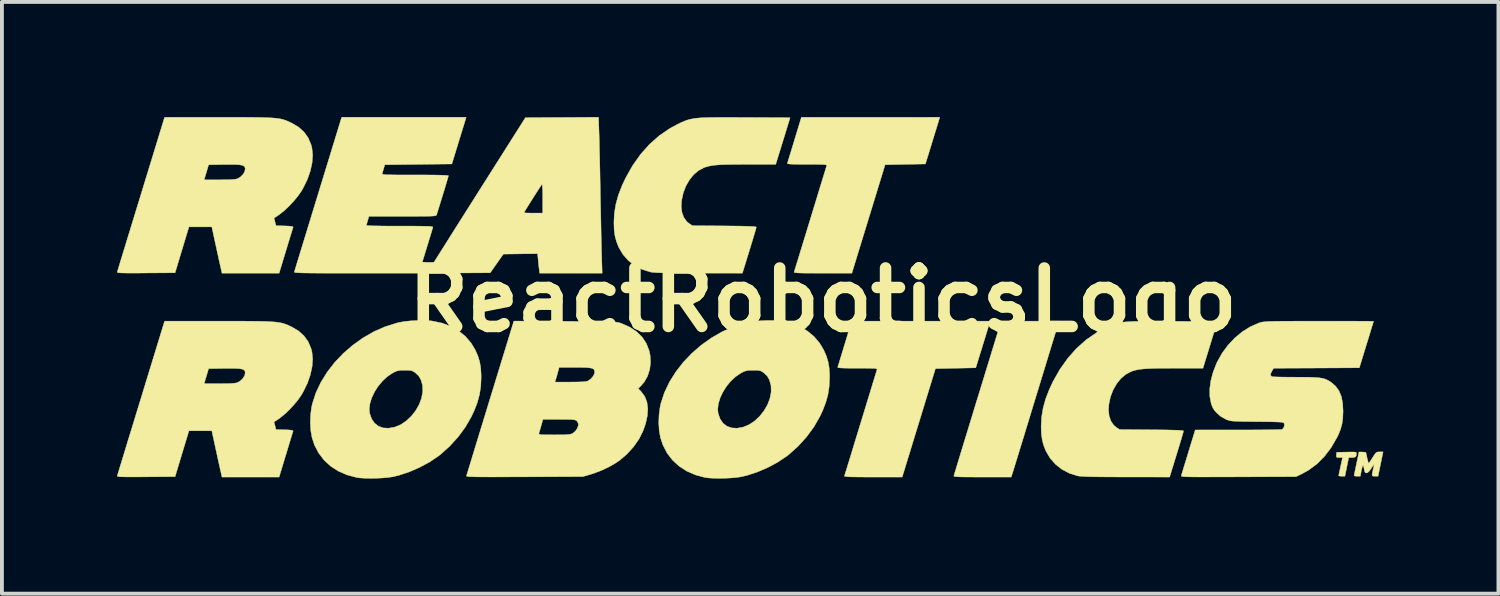
<source format=kicad_pcb>
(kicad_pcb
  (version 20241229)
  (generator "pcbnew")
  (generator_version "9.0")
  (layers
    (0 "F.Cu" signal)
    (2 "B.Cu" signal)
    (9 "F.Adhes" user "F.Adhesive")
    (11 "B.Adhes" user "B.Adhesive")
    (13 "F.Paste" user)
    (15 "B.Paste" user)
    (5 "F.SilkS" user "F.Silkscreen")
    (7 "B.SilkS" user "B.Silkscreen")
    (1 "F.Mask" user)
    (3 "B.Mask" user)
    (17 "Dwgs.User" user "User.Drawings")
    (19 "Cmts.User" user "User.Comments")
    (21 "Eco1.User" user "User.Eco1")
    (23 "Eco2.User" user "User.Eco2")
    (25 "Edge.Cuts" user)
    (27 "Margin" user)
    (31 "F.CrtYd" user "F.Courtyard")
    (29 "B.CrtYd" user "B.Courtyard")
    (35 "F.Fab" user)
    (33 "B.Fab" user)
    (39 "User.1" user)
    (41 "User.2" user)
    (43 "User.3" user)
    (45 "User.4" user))
  (footprint "ReactRoboticsLogo"
    (layer "F.Cu")
    (at 18.395 4.768)
    (property "Reference" "ReactRoboticsLogo" (at 0 0 0) (layer "F.SilkS") (effects (font (size 1.524 1.524) (thickness 0.3))))
    (attr through_hole)
    (fp_poly (pts (xy 13.829 3.961) (xy 13.874 3.964) (xy 13.897 3.972) (xy 13.905 3.985) (xy 13.906 3.998) (xy 13.898 4.062) (xy 13.868 4.095) (xy 13.807 4.106) (xy 13.793 4.106) (xy 13.704 4.106) (xy 13.654 4.35) (xy 13.604 4.593) (xy 13.523 4.593) (xy 13.471 4.59) (xy 13.443 4.58) (xy 13.442 4.577) (xy 13.446 4.551) (xy 13.458 4.493) (xy 13.475 4.412) (xy 13.492 4.334) (xy 13.542 4.106) (xy 13.458 4.106) (xy 13.405 4.104) (xy 13.382 4.091) (xy 13.38 4.057) (xy 13.381 4.038) (xy 13.388 3.969) (xy 13.647 3.963) (xy 13.756 3.961) (xy 13.829 3.961)) (stroke (width 0.01) (type solid)) (fill yes) (layer "F.SilkS"))
    (fp_poly (pts (xy 6.127 0.64) (xy 6.117 0.674) (xy 6.095 0.744) (xy 6.063 0.849) (xy 6.021 0.986) (xy 5.97 1.151) (xy 5.912 1.341) (xy 5.847 1.553) (xy 5.777 1.784) (xy 5.701 2.031) (xy 5.622 2.291) (xy 5.545 2.54) (xy 5.463 2.81) (xy 5.383 3.072) (xy 5.307 3.32) (xy 5.236 3.554) (xy 5.17 3.768) (xy 5.111 3.96) (xy 5.06 4.128) (xy 5.017 4.267) (xy 4.984 4.375) (xy 4.961 4.448) (xy 4.95 4.482) (xy 4.907 4.614) (xy 4.156 4.614) (xy 3.955 4.614) (xy 3.792 4.613) (xy 3.664 4.612) (xy 3.566 4.61) (xy 3.496 4.606) (xy 3.45 4.602) (xy 3.423 4.596) (xy 3.412 4.589) (xy 3.412 4.585) (xy 3.419 4.561) (xy 3.437 4.499) (xy 3.467 4.402) (xy 3.506 4.273) (xy 3.554 4.115) (xy 3.61 3.931) (xy 3.674 3.722) (xy 3.744 3.493) (xy 3.82 3.245) (xy 3.901 2.981) (xy 3.985 2.705) (xy 4.032 2.553) (xy 4.646 0.55) (xy 6.157 0.55) (xy 6.127 0.64)) (stroke (width 0.01) (type solid)) (fill yes) (layer "F.SilkS"))
    (fp_poly (pts (xy 14.468 4.593) (xy 14.388 4.593) (xy 14.345 4.592) (xy 14.32 4.582) (xy 14.312 4.556) (xy 14.319 4.505) (xy 14.337 4.422) (xy 14.339 4.413) (xy 14.354 4.346) (xy 14.363 4.299) (xy 14.365 4.282) (xy 14.352 4.296) (xy 14.324 4.337) (xy 14.287 4.393) (xy 14.235 4.465) (xy 14.193 4.501) (xy 14.167 4.508) (xy 14.137 4.502) (xy 14.119 4.474) (xy 14.107 4.414) (xy 14.106 4.413) (xy 14.095 4.354) (xy 14.082 4.315) (xy 14.077 4.308) (xy 14.066 4.322) (xy 14.051 4.368) (xy 14.035 4.437) (xy 14.033 4.446) (xy 14.006 4.593) (xy 13.924 4.593) (xy 13.873 4.589) (xy 13.845 4.58) (xy 13.843 4.577) (xy 13.847 4.552) (xy 13.859 4.493) (xy 13.876 4.408) (xy 13.898 4.306) (xy 13.906 4.265) (xy 13.929 4.159) (xy 13.948 4.069) (xy 13.962 4.002) (xy 13.969 3.966) (xy 13.97 3.963) (xy 13.989 3.96) (xy 14.036 3.961) (xy 14.06 3.962) (xy 14.15 3.969) (xy 14.181 4.112) (xy 14.198 4.183) (xy 14.213 4.234) (xy 14.223 4.254) (xy 14.223 4.254) (xy 14.239 4.238) (xy 14.27 4.193) (xy 14.312 4.129) (xy 14.326 4.106) (xy 14.372 4.033) (xy 14.404 3.99) (xy 14.433 3.967) (xy 14.467 3.959) (xy 14.508 3.958) (xy 14.599 3.958) (xy 14.468 4.593)) (stroke (width 0.01) (type solid)) (fill yes) (layer "F.SilkS"))
    (fp_poly (pts (xy 4.328 0.651) (xy 4.313 0.699) (xy 4.288 0.781) (xy 4.255 0.889) (xy 4.216 1.017) (xy 4.172 1.158) (xy 4.141 1.259) (xy 3.984 1.767) (xy 3.459 1.778) (xy 2.933 1.789) (xy 2.067 4.614) (xy 1.309 4.614) (xy 1.103 4.614) (xy 0.935 4.613) (xy 0.803 4.611) (xy 0.703 4.609) (xy 0.633 4.605) (xy 0.588 4.6) (xy 0.565 4.594) (xy 0.561 4.588) (xy 0.568 4.564) (xy 0.587 4.502) (xy 0.617 4.407) (xy 0.655 4.282) (xy 0.702 4.13) (xy 0.756 3.954) (xy 0.815 3.758) (xy 0.88 3.546) (xy 0.949 3.32) (xy 0.984 3.207) (xy 1.055 2.975) (xy 1.122 2.755) (xy 1.185 2.55) (xy 1.242 2.363) (xy 1.292 2.198) (xy 1.335 2.058) (xy 1.369 1.946) (xy 1.394 1.867) (xy 1.407 1.823) (xy 1.41 1.815) (xy 1.411 1.804) (xy 1.403 1.795) (xy 1.381 1.788) (xy 1.342 1.784) (xy 1.278 1.781) (xy 1.187 1.779) (xy 1.064 1.778) (xy 0.902 1.778) (xy 0.899 1.778) (xy 0.73 1.778) (xy 0.6 1.776) (xy 0.505 1.773) (xy 0.44 1.769) (xy 0.402 1.764) (xy 0.386 1.756) (xy 0.386 1.752) (xy 0.394 1.725) (xy 0.413 1.664) (xy 0.441 1.572) (xy 0.476 1.456) (xy 0.517 1.321) (xy 0.562 1.173) (xy 0.573 1.138) (xy 0.751 0.551) (xy 2.555 0.551) (xy 4.358 0.55) (xy 4.328 0.651)) (stroke (width 0.01) (type solid)) (fill yes) (layer "F.SilkS"))
    (fp_poly (pts (xy 3.015 -4.662) (xy 3.001 -4.614) (xy 2.976 -4.532) (xy 2.943 -4.424) (xy 2.903 -4.296) (xy 2.86 -4.155) (xy 2.829 -4.053) (xy 2.672 -3.545) (xy 2.146 -3.535) (xy 1.621 -3.524) (xy 1.188 -2.111) (xy 0.755 -0.699) (xy -0.003 -0.699) (xy -0.21 -0.699) (xy -0.377 -0.7) (xy -0.509 -0.701) (xy -0.609 -0.704) (xy -0.68 -0.708) (xy -0.725 -0.713) (xy -0.747 -0.719) (xy -0.751 -0.725) (xy -0.744 -0.749) (xy -0.725 -0.811) (xy -0.696 -0.906) (xy -0.657 -1.031) (xy -0.611 -1.183) (xy -0.557 -1.359) (xy -0.497 -1.555) (xy -0.432 -1.767) (xy -0.363 -1.993) (xy -0.328 -2.106) (xy -0.258 -2.337) (xy -0.19 -2.557) (xy -0.128 -2.763) (xy -0.071 -2.949) (xy -0.02 -3.115) (xy 0.023 -3.255) (xy 0.057 -3.366) (xy 0.081 -3.446) (xy 0.095 -3.49) (xy 0.097 -3.498) (xy 0.098 -3.509) (xy 0.091 -3.518) (xy 0.069 -3.525) (xy 0.029 -3.529) (xy -0.034 -3.532) (xy -0.125 -3.534) (xy -0.249 -3.535) (xy -0.41 -3.535) (xy -0.414 -3.535) (xy -0.582 -3.535) (xy -0.712 -3.537) (xy -0.808 -3.539) (xy -0.873 -3.544) (xy -0.911 -3.549) (xy -0.926 -3.557) (xy -0.927 -3.561) (xy -0.919 -3.588) (xy -0.9 -3.649) (xy -0.872 -3.741) (xy -0.836 -3.856) (xy -0.795 -3.991) (xy -0.75 -4.14) (xy -0.739 -4.175) (xy -0.561 -4.762) (xy 1.242 -4.762) (xy 3.046 -4.763) (xy 3.015 -4.662)) (stroke (width 0.01) (type solid)) (fill yes) (layer "F.SilkS"))
    (fp_poly (pts (xy -5.834 -4.376) (xy -5.831 -4.28) (xy -5.827 -4.147) (xy -5.824 -3.983) (xy -5.819 -3.793) (xy -5.815 -3.584) (xy -5.81 -3.36) (xy -5.806 -3.128) (xy -5.801 -2.892) (xy -5.8 -2.805) (xy -5.796 -2.566) (xy -5.791 -2.327) (xy -5.786 -2.091) (xy -5.782 -1.866) (xy -5.778 -1.657) (xy -5.773 -1.471) (xy -5.77 -1.313) (xy -5.767 -1.189) (xy -5.766 -1.159) (xy -5.752 -0.699) (xy -7.382 -0.699) (xy -7.394 -0.799) (xy -7.403 -0.874) (xy -7.413 -0.969) (xy -7.421 -1.053) (xy -7.435 -1.207) (xy -7.881 -1.202) (xy -8.327 -1.196) (xy -8.498 -0.953) (xy -8.67 -0.709) (xy -9.49 -0.704) (xy -10.31 -0.698) (xy -10.278 -0.756) (xy -10.263 -0.782) (xy -10.226 -0.841) (xy -10.17 -0.93) (xy -10.095 -1.049) (xy -10.004 -1.194) (xy -9.898 -1.362) (xy -9.778 -1.552) (xy -9.646 -1.762) (xy -9.503 -1.988) (xy -9.351 -2.228) (xy -9.32 -2.277) (xy -7.789 -2.277) (xy -7.77 -2.272) (xy -7.716 -2.268) (xy -7.636 -2.266) (xy -7.546 -2.265) (xy -7.303 -2.265) (xy -7.303 -2.65) (xy -7.303 -2.776) (xy -7.306 -2.881) (xy -7.31 -2.96) (xy -7.316 -3.006) (xy -7.321 -3.015) (xy -7.339 -2.99) (xy -7.374 -2.937) (xy -7.423 -2.863) (xy -7.48 -2.774) (xy -7.543 -2.676) (xy -7.606 -2.576) (xy -7.666 -2.481) (xy -7.718 -2.397) (xy -7.759 -2.33) (xy -7.784 -2.288) (xy -7.789 -2.277) (xy -9.32 -2.277) (xy -9.191 -2.481) (xy -9.025 -2.743) (xy -9 -2.783) (xy -7.753 -4.752) (xy -5.847 -4.763) (xy -5.834 -4.376)) (stroke (width 0.01) (type solid)) (fill yes) (layer "F.SilkS"))
    (fp_poly (pts (xy -2.271 -4.758) (xy -2.039 -4.757) (xy -0.855 -4.752) (xy -0.968 -4.381) (xy -1.011 -4.241) (xy -1.057 -4.094) (xy -1.1 -3.953) (xy -1.138 -3.831) (xy -1.156 -3.773) (xy -1.229 -3.535) (xy -1.975 -3.535) (xy -2.202 -3.534) (xy -2.393 -3.532) (xy -2.551 -3.529) (xy -2.681 -3.524) (xy -2.788 -3.516) (xy -2.877 -3.506) (xy -2.953 -3.492) (xy -3.02 -3.475) (xy -3.084 -3.455) (xy -3.102 -3.448) (xy -3.242 -3.374) (xy -3.369 -3.265) (xy -3.48 -3.127) (xy -3.572 -2.966) (xy -3.639 -2.789) (xy -3.68 -2.601) (xy -3.691 -2.441) (xy -3.674 -2.289) (xy -3.627 -2.157) (xy -3.553 -2.05) (xy -3.487 -1.994) (xy -3.4 -1.937) (xy -2.568 -1.931) (xy -2.334 -1.928) (xy -2.141 -1.926) (xy -1.987 -1.922) (xy -1.871 -1.918) (xy -1.791 -1.913) (xy -1.747 -1.907) (xy -1.736 -1.901) (xy -1.741 -1.876) (xy -1.757 -1.816) (xy -1.785 -1.721) (xy -1.824 -1.59) (xy -1.875 -1.422) (xy -1.938 -1.216) (xy -2.014 -0.971) (xy -2.024 -0.937) (xy -2.098 -0.699) (xy -3.234 -0.7) (xy -3.505 -0.701) (xy -3.736 -0.702) (xy -3.931 -0.704) (xy -4.093 -0.706) (xy -4.224 -0.709) (xy -4.327 -0.713) (xy -4.406 -0.718) (xy -4.463 -0.724) (xy -4.498 -0.73) (xy -4.71 -0.797) (xy -4.902 -0.898) (xy -5.071 -1.029) (xy -5.211 -1.188) (xy -5.319 -1.371) (xy -5.322 -1.377) (xy -5.38 -1.524) (xy -5.419 -1.67) (xy -5.44 -1.829) (xy -5.446 -2.014) (xy -5.446 -2.021) (xy -5.434 -2.263) (xy -5.395 -2.499) (xy -5.329 -2.737) (xy -5.232 -2.986) (xy -5.138 -3.186) (xy -4.957 -3.507) (xy -4.751 -3.797) (xy -4.521 -4.055) (xy -4.27 -4.278) (xy -3.998 -4.466) (xy -3.799 -4.574) (xy -3.721 -4.612) (xy -3.65 -4.644) (xy -3.583 -4.672) (xy -3.516 -4.695) (xy -3.445 -4.713) (xy -3.366 -4.728) (xy -3.276 -4.74) (xy -3.171 -4.748) (xy -3.045 -4.754) (xy -2.897 -4.757) (xy -2.721 -4.759) (xy -2.514 -4.759) (xy -2.271 -4.758)) (stroke (width 0.01) (type solid)) (fill yes) (layer "F.SilkS"))
    (fp_poly (pts (xy 8.862 0.554) (xy 9.095 0.555) (xy 10.279 0.561) (xy 10.165 0.931) (xy 10.122 1.072) (xy 10.077 1.219) (xy 10.034 1.36) (xy 9.996 1.482) (xy 9.978 1.54) (xy 9.905 1.778) (xy 9.159 1.778) (xy 8.931 1.779) (xy 8.741 1.78) (xy 8.583 1.784) (xy 8.453 1.789) (xy 8.346 1.797) (xy 8.257 1.807) (xy 8.181 1.821) (xy 8.114 1.837) (xy 8.05 1.858) (xy 8.031 1.865) (xy 7.891 1.939) (xy 7.764 2.048) (xy 7.653 2.186) (xy 7.562 2.347) (xy 7.494 2.524) (xy 7.454 2.712) (xy 7.443 2.871) (xy 7.46 3.023) (xy 7.506 3.156) (xy 7.58 3.263) (xy 7.647 3.319) (xy 7.733 3.376) (xy 8.566 3.382) (xy 8.8 3.384) (xy 8.993 3.387) (xy 9.147 3.391) (xy 9.263 3.395) (xy 9.342 3.4) (xy 9.387 3.406) (xy 9.398 3.411) (xy 9.393 3.437) (xy 9.376 3.497) (xy 9.349 3.591) (xy 9.31 3.722) (xy 9.259 3.89) (xy 9.195 4.097) (xy 9.12 4.342) (xy 9.109 4.376) (xy 9.036 4.614) (xy 7.899 4.613) (xy 7.629 4.612) (xy 7.397 4.611) (xy 7.202 4.609) (xy 7.041 4.607) (xy 6.91 4.603) (xy 6.807 4.599) (xy 6.728 4.595) (xy 6.67 4.589) (xy 6.636 4.583) (xy 6.424 4.516) (xy 6.231 4.415) (xy 6.063 4.283) (xy 5.922 4.125) (xy 5.815 3.942) (xy 5.812 3.936) (xy 5.753 3.789) (xy 5.715 3.643) (xy 5.694 3.484) (xy 5.687 3.298) (xy 5.687 3.291) (xy 5.7 3.05) (xy 5.739 2.814) (xy 5.805 2.576) (xy 5.902 2.327) (xy 5.995 2.127) (xy 6.177 1.806) (xy 6.383 1.516) (xy 6.613 1.258) (xy 6.864 1.035) (xy 7.136 0.847) (xy 7.334 0.739) (xy 7.413 0.701) (xy 7.484 0.669) (xy 7.551 0.641) (xy 7.618 0.618) (xy 7.689 0.599) (xy 7.767 0.585) (xy 7.857 0.573) (xy 7.963 0.565) (xy 8.088 0.559) (xy 8.237 0.556) (xy 8.413 0.554) (xy 8.62 0.554) (xy 8.862 0.554)) (stroke (width 0.01) (type solid)) (fill yes) (layer "F.SilkS"))
    (fp_poly (pts (xy -10.228 0.542) (xy -10.184 0.547) (xy -9.93 0.6) (xy -9.699 0.685) (xy -9.493 0.802) (xy -9.315 0.949) (xy -9.166 1.124) (xy -9.06 1.3) (xy -8.992 1.455) (xy -8.946 1.605) (xy -8.918 1.762) (xy -8.907 1.942) (xy -8.906 2.021) (xy -8.916 2.25) (xy -8.949 2.464) (xy -9.006 2.674) (xy -9.091 2.892) (xy -9.159 3.037) (xy -9.314 3.307) (xy -9.505 3.567) (xy -9.724 3.808) (xy -9.964 4.024) (xy -10.031 4.075) (xy -10.258 4.227) (xy -10.511 4.363) (xy -10.777 4.478) (xy -11.043 4.567) (xy -11.205 4.606) (xy -11.322 4.624) (xy -11.465 4.637) (xy -11.623 4.645) (xy -11.784 4.648) (xy -11.936 4.645) (xy -12.068 4.637) (xy -12.153 4.625) (xy -12.403 4.558) (xy -12.63 4.459) (xy -12.83 4.33) (xy -13.001 4.172) (xy -13.142 3.987) (xy -13.251 3.778) (xy -13.314 3.585) (xy -13.346 3.405) (xy -13.358 3.203) (xy -13.351 2.992) (xy -13.332 2.852) (xy -11.822 2.852) (xy -11.811 2.953) (xy -11.761 3.097) (xy -11.684 3.209) (xy -11.583 3.288) (xy -11.46 3.333) (xy -11.317 3.341) (xy -11.158 3.312) (xy -11.153 3.311) (xy -10.998 3.246) (xy -10.854 3.148) (xy -10.723 3.024) (xy -10.611 2.881) (xy -10.522 2.724) (xy -10.46 2.559) (xy -10.429 2.395) (xy -10.433 2.236) (xy -10.436 2.216) (xy -10.474 2.082) (xy -10.534 1.979) (xy -10.619 1.898) (xy -10.624 1.894) (xy -10.672 1.863) (xy -10.715 1.844) (xy -10.766 1.835) (xy -10.838 1.831) (xy -10.897 1.831) (xy -10.991 1.832) (xy -11.058 1.839) (xy -11.115 1.855) (xy -11.177 1.883) (xy -11.214 1.903) (xy -11.353 1.996) (xy -11.48 2.114) (xy -11.593 2.251) (xy -11.688 2.4) (xy -11.76 2.554) (xy -11.806 2.707) (xy -11.822 2.852) (xy -13.332 2.852) (xy -13.324 2.788) (xy -13.303 2.696) (xy -13.211 2.414) (xy -13.08 2.139) (xy -12.915 1.874) (xy -12.719 1.622) (xy -12.496 1.388) (xy -12.249 1.175) (xy -11.983 0.986) (xy -11.701 0.824) (xy -11.408 0.695) (xy -11.106 0.6) (xy -11.024 0.581) (xy -10.887 0.558) (xy -10.722 0.542) (xy -10.548 0.534) (xy -10.377 0.534) (xy -10.228 0.542)) (stroke (width 0.01) (type solid)) (fill yes) (layer "F.SilkS"))
    (fp_poly (pts (xy -1.147 0.542) (xy -1.103 0.547) (xy -0.849 0.6) (xy -0.619 0.685) (xy -0.413 0.802) (xy -0.234 0.949) (xy -0.085 1.124) (xy 0.02 1.3) (xy 0.088 1.455) (xy 0.135 1.605) (xy 0.162 1.762) (xy 0.174 1.942) (xy 0.174 2.021) (xy 0.164 2.25) (xy 0.132 2.464) (xy 0.074 2.674) (xy -0.01 2.892) (xy -0.079 3.037) (xy -0.234 3.307) (xy -0.425 3.567) (xy -0.643 3.808) (xy -0.884 4.024) (xy -0.95 4.075) (xy -1.177 4.227) (xy -1.43 4.363) (xy -1.696 4.478) (xy -1.963 4.567) (xy -2.124 4.606) (xy -2.242 4.624) (xy -2.385 4.637) (xy -2.543 4.645) (xy -2.704 4.648) (xy -2.856 4.645) (xy -2.987 4.637) (xy -3.073 4.625) (xy -3.323 4.558) (xy -3.549 4.459) (xy -3.749 4.33) (xy -3.921 4.172) (xy -4.062 3.987) (xy -4.17 3.778) (xy -4.234 3.585) (xy -4.266 3.405) (xy -4.278 3.203) (xy -4.27 2.992) (xy -4.252 2.852) (xy -2.741 2.852) (xy -2.73 2.953) (xy -2.68 3.097) (xy -2.604 3.209) (xy -2.503 3.288) (xy -2.379 3.333) (xy -2.237 3.341) (xy -2.077 3.312) (xy -2.073 3.311) (xy -1.918 3.246) (xy -1.773 3.148) (xy -1.643 3.024) (xy -1.531 2.881) (xy -1.441 2.724) (xy -1.379 2.559) (xy -1.348 2.395) (xy -1.352 2.236) (xy -1.356 2.216) (xy -1.394 2.082) (xy -1.453 1.979) (xy -1.539 1.898) (xy -1.544 1.894) (xy -1.591 1.863) (xy -1.634 1.844) (xy -1.685 1.835) (xy -1.758 1.831) (xy -1.817 1.831) (xy -1.911 1.832) (xy -1.978 1.839) (xy -2.034 1.855) (xy -2.096 1.883) (xy -2.134 1.903) (xy -2.272 1.996) (xy -2.4 2.114) (xy -2.513 2.251) (xy -2.607 2.4) (xy -2.679 2.554) (xy -2.725 2.707) (xy -2.741 2.852) (xy -4.252 2.852) (xy -4.243 2.788) (xy -4.223 2.696) (xy -4.131 2.414) (xy -4 2.139) (xy -3.834 1.874) (xy -3.638 1.622) (xy -3.415 1.388) (xy -3.169 1.175) (xy -2.903 0.986) (xy -2.621 0.824) (xy -2.327 0.695) (xy -2.026 0.6) (xy -1.944 0.581) (xy -1.806 0.558) (xy -1.642 0.542) (xy -1.467 0.534) (xy -1.297 0.534) (xy -1.147 0.542)) (stroke (width 0.01) (type solid)) (fill yes) (layer "F.SilkS"))
    (fp_poly (pts (xy -15.455 0.551) (xy -15.196 0.551) (xy -14.973 0.552) (xy -14.782 0.554) (xy -14.62 0.556) (xy -14.484 0.561) (xy -14.369 0.566) (xy -14.273 0.574) (xy -14.192 0.584) (xy -14.123 0.596) (xy -14.063 0.611) (xy -14.008 0.629) (xy -13.954 0.65) (xy -13.899 0.675) (xy -13.848 0.699) (xy -13.668 0.804) (xy -13.523 0.934) (xy -13.413 1.087) (xy -13.338 1.265) (xy -13.316 1.35) (xy -13.297 1.536) (xy -13.312 1.74) (xy -13.359 1.955) (xy -13.437 2.176) (xy -13.546 2.398) (xy -13.592 2.477) (xy -13.677 2.599) (xy -13.786 2.731) (xy -13.907 2.862) (xy -14.032 2.98) (xy -14.15 3.075) (xy -14.184 3.099) (xy -14.304 3.178) (xy -14.278 3.277) (xy -14.253 3.376) (xy -14.025 3.382) (xy -13.918 3.386) (xy -13.848 3.393) (xy -13.813 3.402) (xy -13.806 3.414) (xy -13.814 3.44) (xy -13.833 3.501) (xy -13.861 3.593) (xy -13.896 3.708) (xy -13.937 3.843) (xy -13.982 3.992) (xy -13.993 4.027) (xy -14.171 4.614) (xy -15.66 4.614) (xy -15.702 4.429) (xy -15.72 4.349) (xy -15.745 4.237) (xy -15.774 4.105) (xy -15.805 3.962) (xy -15.835 3.826) (xy -15.925 3.408) (xy -16.521 3.408) (xy -16.882 4.604) (xy -17.639 4.609) (xy -17.842 4.611) (xy -18.005 4.611) (xy -18.134 4.611) (xy -18.232 4.609) (xy -18.302 4.607) (xy -18.35 4.603) (xy -18.377 4.597) (xy -18.389 4.591) (xy -18.39 4.585) (xy -18.383 4.561) (xy -18.364 4.499) (xy -18.335 4.402) (xy -18.296 4.274) (xy -18.248 4.116) (xy -18.191 3.931) (xy -18.128 3.722) (xy -18.057 3.493) (xy -17.981 3.245) (xy -17.901 2.982) (xy -17.816 2.706) (xy -17.769 2.553) (xy -17.655 2.18) (xy -16.125 2.18) (xy -15.724 2.18) (xy -15.564 2.179) (xy -15.441 2.176) (xy -15.351 2.17) (xy -15.29 2.161) (xy -15.255 2.151) (xy -15.174 2.102) (xy -15.109 2.036) (xy -15.067 1.962) (xy -15.055 1.89) (xy -15.059 1.865) (xy -15.074 1.836) (xy -15.102 1.815) (xy -15.146 1.799) (xy -15.214 1.789) (xy -15.308 1.783) (xy -15.435 1.782) (xy -15.598 1.783) (xy -16.008 1.789) (xy -16.066 1.984) (xy -16.125 2.18) (xy -17.655 2.18) (xy -17.156 0.551) (xy -15.752 0.551) (xy -15.455 0.551)) (stroke (width 0.01) (type solid)) (fill yes) (layer "F.SilkS"))
    (fp_poly (pts (xy -15.455 -4.762) (xy -15.196 -4.762) (xy -14.973 -4.761) (xy -14.782 -4.759) (xy -14.62 -4.756) (xy -14.484 -4.752) (xy -14.369 -4.746) (xy -14.273 -4.739) (xy -14.192 -4.729) (xy -14.123 -4.717) (xy -14.063 -4.702) (xy -14.008 -4.684) (xy -13.954 -4.663) (xy -13.899 -4.638) (xy -13.848 -4.614) (xy -13.668 -4.509) (xy -13.523 -4.379) (xy -13.413 -4.225) (xy -13.338 -4.048) (xy -13.316 -3.962) (xy -13.297 -3.777) (xy -13.312 -3.573) (xy -13.359 -3.358) (xy -13.437 -3.137) (xy -13.546 -2.915) (xy -13.592 -2.836) (xy -13.677 -2.714) (xy -13.786 -2.582) (xy -13.907 -2.451) (xy -14.032 -2.333) (xy -14.15 -2.238) (xy -14.184 -2.214) (xy -14.304 -2.135) (xy -14.278 -2.036) (xy -14.253 -1.937) (xy -14.025 -1.931) (xy -13.918 -1.926) (xy -13.848 -1.92) (xy -13.813 -1.911) (xy -13.806 -1.899) (xy -13.814 -1.873) (xy -13.833 -1.811) (xy -13.861 -1.72) (xy -13.896 -1.604) (xy -13.937 -1.47) (xy -13.982 -1.321) (xy -13.993 -1.286) (xy -14.171 -0.699) (xy -15.66 -0.699) (xy -15.702 -0.884) (xy -15.72 -0.964) (xy -15.745 -1.076) (xy -15.774 -1.208) (xy -15.805 -1.351) (xy -15.835 -1.487) (xy -15.925 -1.905) (xy -16.521 -1.905) (xy -16.702 -1.307) (xy -16.882 -0.709) (xy -17.639 -0.704) (xy -17.842 -0.702) (xy -18.005 -0.702) (xy -18.134 -0.702) (xy -18.232 -0.704) (xy -18.302 -0.706) (xy -18.35 -0.71) (xy -18.377 -0.715) (xy -18.389 -0.722) (xy -18.39 -0.728) (xy -18.383 -0.752) (xy -18.364 -0.814) (xy -18.335 -0.91) (xy -18.296 -1.039) (xy -18.248 -1.197) (xy -18.191 -1.382) (xy -18.128 -1.591) (xy -18.057 -1.82) (xy -17.981 -2.068) (xy -17.901 -2.331) (xy -17.816 -2.607) (xy -17.769 -2.76) (xy -17.655 -3.133) (xy -16.125 -3.133) (xy -15.724 -3.133) (xy -15.564 -3.134) (xy -15.441 -3.137) (xy -15.351 -3.143) (xy -15.29 -3.152) (xy -15.255 -3.162) (xy -15.174 -3.211) (xy -15.109 -3.277) (xy -15.067 -3.351) (xy -15.055 -3.423) (xy -15.059 -3.448) (xy -15.074 -3.476) (xy -15.102 -3.498) (xy -15.146 -3.514) (xy -15.214 -3.524) (xy -15.308 -3.53) (xy -15.435 -3.531) (xy -15.598 -3.53) (xy -16.008 -3.524) (xy -16.066 -3.328) (xy -16.125 -3.133) (xy -17.655 -3.133) (xy -17.156 -4.762) (xy -15.752 -4.762) (xy -15.455 -4.762)) (stroke (width 0.01) (type solid)) (fill yes) (layer "F.SilkS"))
    (fp_poly (pts (xy -9.349 -4.588) (xy -9.372 -4.513) (xy -9.405 -4.407) (xy -9.444 -4.28) (xy -9.487 -4.14) (xy -9.53 -3.998) (xy -9.536 -3.979) (xy -9.669 -3.545) (xy -11.418 -3.524) (xy -11.444 -3.431) (xy -11.464 -3.365) (xy -11.48 -3.312) (xy -11.484 -3.299) (xy -11.485 -3.289) (xy -11.481 -3.281) (xy -11.467 -3.275) (xy -11.439 -3.27) (xy -11.394 -3.266) (xy -11.329 -3.263) (xy -11.238 -3.262) (xy -11.119 -3.26) (xy -10.967 -3.26) (xy -10.78 -3.26) (xy -10.627 -3.26) (xy -10.41 -3.259) (xy -10.22 -3.258) (xy -10.059 -3.256) (xy -9.929 -3.253) (xy -9.834 -3.249) (xy -9.776 -3.244) (xy -9.758 -3.24) (xy -9.764 -3.215) (xy -9.781 -3.155) (xy -9.807 -3.067) (xy -9.84 -2.955) (xy -9.879 -2.827) (xy -9.907 -2.737) (xy -9.949 -2.6) (xy -9.988 -2.474) (xy -10.021 -2.367) (xy -10.047 -2.284) (xy -10.063 -2.232) (xy -10.067 -2.217) (xy -10.072 -2.208) (xy -10.084 -2.201) (xy -10.106 -2.195) (xy -10.142 -2.19) (xy -10.197 -2.186) (xy -10.273 -2.184) (xy -10.376 -2.182) (xy -10.507 -2.181) (xy -10.672 -2.18) (xy -10.875 -2.18) (xy -10.954 -2.18) (xy -11.831 -2.18) (xy -11.863 -2.07) (xy -11.881 -2.006) (xy -11.893 -1.959) (xy -11.896 -1.943) (xy -11.875 -1.94) (xy -11.817 -1.936) (xy -11.725 -1.933) (xy -11.604 -1.931) (xy -11.459 -1.928) (xy -11.293 -1.927) (xy -11.111 -1.926) (xy -11.025 -1.926) (xy -10.81 -1.926) (xy -10.634 -1.926) (xy -10.493 -1.925) (xy -10.382 -1.923) (xy -10.299 -1.921) (xy -10.24 -1.918) (xy -10.201 -1.914) (xy -10.177 -1.909) (xy -10.166 -1.902) (xy -10.164 -1.893) (xy -10.165 -1.889) (xy -10.174 -1.86) (xy -10.193 -1.796) (xy -10.221 -1.702) (xy -10.257 -1.585) (xy -10.299 -1.449) (xy -10.344 -1.3) (xy -10.352 -1.275) (xy -10.529 -0.699) (xy -12.156 -0.699) (xy -12.461 -0.699) (xy -12.727 -0.699) (xy -12.956 -0.699) (xy -13.15 -0.7) (xy -13.312 -0.702) (xy -13.445 -0.703) (xy -13.551 -0.705) (xy -13.633 -0.708) (xy -13.694 -0.711) (xy -13.736 -0.715) (xy -13.762 -0.719) (xy -13.774 -0.724) (xy -13.776 -0.728) (xy -13.769 -0.752) (xy -13.75 -0.814) (xy -13.721 -0.911) (xy -13.682 -1.039) (xy -13.633 -1.198) (xy -13.577 -1.382) (xy -13.513 -1.591) (xy -13.443 -1.82) (xy -13.367 -2.068) (xy -13.287 -2.331) (xy -13.202 -2.607) (xy -13.155 -2.76) (xy -12.541 -4.763) (xy -9.296 -4.763) (xy -9.349 -4.588)) (stroke (width 0.01) (type solid)) (fill yes) (layer "F.SilkS"))
    (fp_poly (pts (xy -6.72 0.555) (xy -6.45 0.557) (xy -6.219 0.558) (xy -6.023 0.559) (xy -5.859 0.561) (xy -5.724 0.562) (xy -5.614 0.565) (xy -5.526 0.567) (xy -5.457 0.571) (xy -5.403 0.575) (xy -5.361 0.581) (xy -5.327 0.587) (xy -5.298 0.594) (xy -5.271 0.603) (xy -5.249 0.611) (xy -5.036 0.705) (xy -4.857 0.823) (xy -4.712 0.965) (xy -4.603 1.129) (xy -4.53 1.315) (xy -4.502 1.441) (xy -4.491 1.628) (xy -4.514 1.811) (xy -4.569 1.983) (xy -4.653 2.134) (xy -4.747 2.243) (xy -4.815 2.306) (xy -4.737 2.386) (xy -4.644 2.511) (xy -4.586 2.658) (xy -4.563 2.827) (xy -4.575 3.017) (xy -4.621 3.224) (xy -4.686 3.411) (xy -4.793 3.624) (xy -4.937 3.829) (xy -5.111 4.02) (xy -5.291 4.174) (xy -5.426 4.265) (xy -5.589 4.356) (xy -5.767 4.439) (xy -5.946 4.509) (xy -6.054 4.544) (xy -6.255 4.602) (xy -7.775 4.609) (xy -8.069 4.61) (xy -8.323 4.611) (xy -8.54 4.612) (xy -8.723 4.612) (xy -8.874 4.611) (xy -8.997 4.61) (xy -9.095 4.608) (xy -9.169 4.606) (xy -9.222 4.603) (xy -9.258 4.599) (xy -9.279 4.595) (xy -9.288 4.589) (xy -9.289 4.586) (xy -9.282 4.561) (xy -9.263 4.499) (xy -9.234 4.403) (xy -9.194 4.274) (xy -9.146 4.116) (xy -9.09 3.931) (xy -9.026 3.722) (xy -8.956 3.492) (xy -8.955 3.489) (xy -7.401 3.489) (xy -7.392 3.499) (xy -7.368 3.506) (xy -7.323 3.51) (xy -7.252 3.512) (xy -7.15 3.513) (xy -7.011 3.514) (xy -7.002 3.514) (xy -6.856 3.513) (xy -6.747 3.512) (xy -6.666 3.508) (xy -6.608 3.502) (xy -6.566 3.494) (xy -6.534 3.482) (xy -6.521 3.475) (xy -6.455 3.422) (xy -6.402 3.348) (xy -6.374 3.27) (xy -6.371 3.244) (xy -6.386 3.193) (xy -6.413 3.154) (xy -6.431 3.139) (xy -6.453 3.129) (xy -6.486 3.121) (xy -6.536 3.116) (xy -6.61 3.113) (xy -6.713 3.112) (xy -6.852 3.112) (xy -6.876 3.111) (xy -7.296 3.111) (xy -7.343 3.276) (xy -7.366 3.358) (xy -7.386 3.427) (xy -7.399 3.472) (xy -7.4 3.477) (xy -7.401 3.489) (xy -8.955 3.489) (xy -8.88 3.245) (xy -8.799 2.981) (xy -8.715 2.705) (xy -8.668 2.552) (xy -8.541 2.138) (xy -6.983 2.138) (xy -6.581 2.138) (xy -6.429 2.137) (xy -6.313 2.134) (xy -6.229 2.13) (xy -6.17 2.122) (xy -6.131 2.112) (xy -6.119 2.107) (xy -6.048 2.056) (xy -5.99 1.99) (xy -5.954 1.92) (xy -5.948 1.883) (xy -5.951 1.844) (xy -5.964 1.813) (xy -5.991 1.791) (xy -6.038 1.775) (xy -6.109 1.765) (xy -6.209 1.759) (xy -6.344 1.757) (xy -6.458 1.757) (xy -6.874 1.757) (xy -6.898 1.847) (xy -6.919 1.926) (xy -6.944 2.013) (xy -6.952 2.037) (xy -6.983 2.138) (xy -8.541 2.138) (xy -8.054 0.549) (xy -6.72 0.555)) (stroke (width 0.01) (type solid)) (fill yes) (layer "F.SilkS"))
    (fp_poly (pts (xy 13.177 0.55) (xy 13.405 0.551) (xy 13.616 0.551) (xy 13.807 0.551) (xy 13.975 0.552) (xy 14.117 0.553) (xy 14.228 0.553) (xy 14.305 0.554) (xy 14.346 0.555) (xy 14.351 0.556) (xy 14.345 0.576) (xy 14.328 0.633) (xy 14.301 0.719) (xy 14.267 0.831) (xy 14.227 0.964) (xy 14.181 1.112) (xy 14.165 1.164) (xy 13.98 1.767) (xy 12.863 1.773) (xy 11.747 1.778) (xy 11.705 1.847) (xy 11.67 1.919) (xy 11.669 1.967) (xy 11.701 1.994) (xy 11.71 1.997) (xy 11.744 2.001) (xy 11.813 2.004) (xy 11.913 2.007) (xy 12.037 2.009) (xy 12.18 2.01) (xy 12.334 2.011) (xy 12.342 2.011) (xy 12.537 2.011) (xy 12.695 2.013) (xy 12.822 2.018) (xy 12.923 2.026) (xy 13.004 2.038) (xy 13.071 2.055) (xy 13.129 2.077) (xy 13.183 2.106) (xy 13.24 2.142) (xy 13.242 2.143) (xy 13.359 2.243) (xy 13.448 2.365) (xy 13.51 2.513) (xy 13.545 2.689) (xy 13.556 2.898) (xy 13.556 2.9) (xy 13.549 3.078) (xy 13.528 3.231) (xy 13.489 3.373) (xy 13.429 3.52) (xy 13.4 3.578) (xy 13.248 3.843) (xy 13.072 4.075) (xy 12.875 4.272) (xy 12.657 4.434) (xy 12.475 4.535) (xy 12.33 4.604) (xy 10.829 4.61) (xy 10.541 4.611) (xy 10.292 4.611) (xy 10.08 4.612) (xy 9.902 4.612) (xy 9.754 4.612) (xy 9.634 4.611) (xy 9.54 4.609) (xy 9.467 4.607) (xy 9.414 4.604) (xy 9.378 4.6) (xy 9.355 4.596) (xy 9.343 4.591) (xy 9.339 4.584) (xy 9.34 4.578) (xy 9.348 4.548) (xy 9.368 4.484) (xy 9.396 4.39) (xy 9.432 4.273) (xy 9.473 4.137) (xy 9.519 3.988) (xy 9.526 3.963) (xy 9.703 3.387) (xy 10.826 3.386) (xy 11.04 3.386) (xy 11.242 3.385) (xy 11.427 3.384) (xy 11.592 3.382) (xy 11.732 3.38) (xy 11.844 3.377) (xy 11.923 3.375) (xy 11.966 3.372) (xy 11.972 3.37) (xy 12.012 3.322) (xy 12.027 3.259) (xy 12.021 3.224) (xy 12.016 3.211) (xy 12.007 3.201) (xy 11.99 3.193) (xy 11.96 3.187) (xy 11.914 3.182) (xy 11.847 3.179) (xy 11.754 3.176) (xy 11.631 3.174) (xy 11.474 3.172) (xy 11.32 3.171) (xy 11.131 3.169) (xy 10.98 3.167) (xy 10.86 3.164) (xy 10.768 3.161) (xy 10.697 3.157) (xy 10.643 3.151) (xy 10.6 3.143) (xy 10.564 3.133) (xy 10.529 3.121) (xy 10.51 3.113) (xy 10.369 3.035) (xy 10.273 2.952) (xy 10.208 2.881) (xy 10.164 2.815) (xy 10.131 2.734) (xy 10.116 2.688) (xy 10.083 2.513) (xy 10.081 2.316) (xy 10.11 2.103) (xy 10.169 1.881) (xy 10.257 1.655) (xy 10.276 1.614) (xy 10.403 1.386) (xy 10.559 1.175) (xy 10.737 0.986) (xy 10.934 0.824) (xy 11.143 0.694) (xy 11.359 0.6) (xy 11.407 0.584) (xy 11.434 0.578) (xy 11.468 0.572) (xy 11.512 0.567) (xy 11.569 0.563) (xy 11.642 0.559) (xy 11.735 0.556) (xy 11.85 0.554) (xy 11.991 0.553) (xy 12.161 0.552) (xy 12.363 0.551) (xy 12.6 0.55) (xy 12.876 0.55) (xy 12.937 0.55) (xy 13.177 0.55)) (stroke (width 0.01) (type solid)) (fill yes) (layer "F.SilkS")))
  (gr_rect
    (start -3 -3)
    (end 36 12.421)
    (stroke (width 0.1) (type default))
    (fill no)
    (layer "Edge.Cuts")))
</source>
